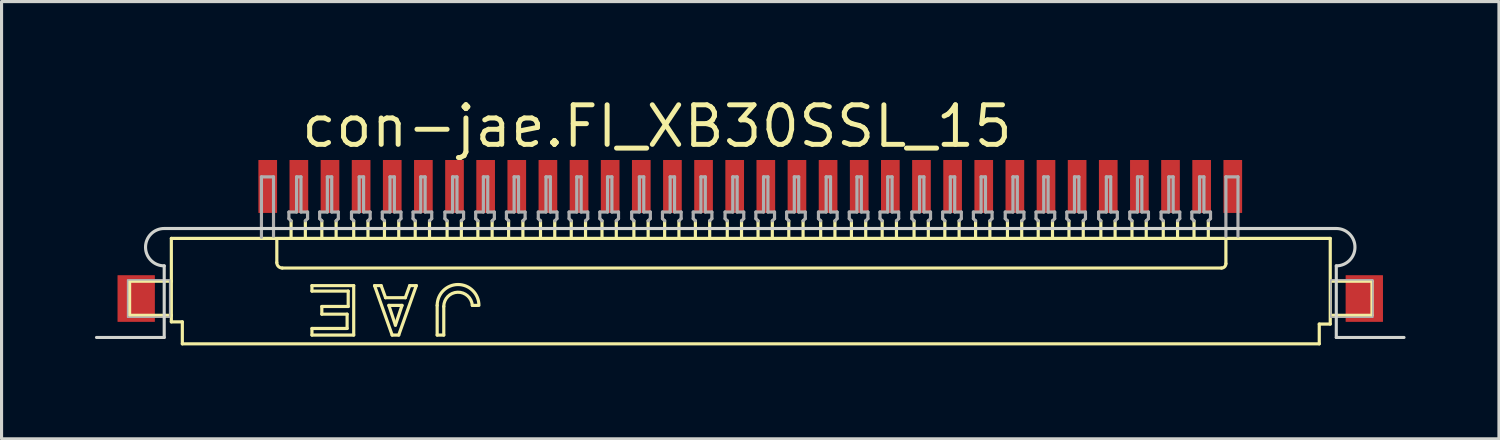
<source format=kicad_pcb>
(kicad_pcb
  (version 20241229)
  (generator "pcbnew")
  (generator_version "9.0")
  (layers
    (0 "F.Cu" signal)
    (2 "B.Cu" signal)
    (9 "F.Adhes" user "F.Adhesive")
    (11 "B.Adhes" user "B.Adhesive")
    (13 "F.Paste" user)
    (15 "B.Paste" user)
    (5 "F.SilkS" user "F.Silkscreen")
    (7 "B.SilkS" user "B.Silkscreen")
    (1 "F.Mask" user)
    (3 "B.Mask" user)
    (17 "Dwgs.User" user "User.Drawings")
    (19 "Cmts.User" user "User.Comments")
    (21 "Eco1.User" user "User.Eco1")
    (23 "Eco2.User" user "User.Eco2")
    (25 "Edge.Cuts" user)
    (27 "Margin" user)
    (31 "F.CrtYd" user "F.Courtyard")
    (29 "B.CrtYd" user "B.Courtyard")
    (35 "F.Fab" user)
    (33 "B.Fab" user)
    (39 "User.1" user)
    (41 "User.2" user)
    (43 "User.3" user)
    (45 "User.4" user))
  (footprint "con-jae.FI_XB30SSL_15"
    (layer "F.Cu")
    (at 21.05 4.29)
    (property "Reference" "con-jae.FI_XB30SSL_15" (at -14.5 -2.54 0) (layer "F.SilkS") (effects (font (size 1.27 1.27) (thickness 0.16)) (justify left bottom)))
    (attr smd)
    (fp_line (start -19.937 1.694) (end -18.596 1.694) (stroke (width 0.102) (type default)) (layer "F.SilkS"))
    (fp_line (start -19.937 2.788) (end -19.937 1.694) (stroke (width 0.102) (type default)) (layer "F.SilkS"))
    (fp_line (start -19.937 2.788) (end -18.596 2.788) (stroke (width 0.102) (type default)) (layer "F.SilkS"))
    (fp_line (start -18.596 0.318) (end -18.596 1.694) (stroke (width 0.102) (type default)) (layer "F.SilkS"))
    (fp_line (start -18.596 1.694) (end -18.596 2.788) (stroke (width 0.102) (type default)) (layer "F.SilkS"))
    (fp_line (start -18.596 2.788) (end -18.596 2.999) (stroke (width 0.102) (type default)) (layer "F.SilkS"))
    (fp_line (start -18.596 2.999) (end -18.243 2.999) (stroke (width 0.102) (type default)) (layer "F.SilkS"))
    (fp_line (start -18.243 2.999) (end -18.243 3.705) (stroke (width 0.102) (type default)) (layer "F.SilkS"))
    (fp_line (start -18.243 3.705) (end 18.278 3.705) (stroke (width 0.102) (type default)) (layer "F.SilkS"))
    (fp_line (start -15.208 0.353) (end -15.208 1.094) (stroke (width 0.102) (type default)) (layer "F.SilkS"))
    (fp_line (start -15.032 1.27) (end 15.138 1.27) (stroke (width 0.102) (type default)) (layer "F.SilkS"))
    (fp_line (start -14.75 0.282) (end -14.75 -0.247) (stroke (width 0.102) (type default)) (layer "F.SilkS"))
    (fp_line (start -14.291 -0.247) (end -14.291 0.282) (stroke (width 0.102) (type default)) (layer "F.SilkS"))
    (fp_line (start -14.079 1.835) (end -12.738 1.835) (stroke (width 0.102) (type default)) (layer "F.SilkS"))
    (fp_line (start -14.079 2.011) (end -14.079 1.835) (stroke (width 0.102) (type default)) (layer "F.SilkS"))
    (fp_line (start -14.079 3.211) (end -12.95 3.211) (stroke (width 0.102) (type default)) (layer "F.SilkS"))
    (fp_line (start -14.079 3.423) (end -14.079 3.211) (stroke (width 0.102) (type default)) (layer "F.SilkS"))
    (fp_line (start -13.762 2.505) (end -12.915 2.505) (stroke (width 0.102) (type default)) (layer "F.SilkS"))
    (fp_line (start -13.762 2.752) (end -13.762 2.505) (stroke (width 0.102) (type default)) (layer "F.SilkS"))
    (fp_line (start -13.762 0.282) (end -13.762 -0.247) (stroke (width 0.102) (type default)) (layer "F.SilkS"))
    (fp_line (start -13.303 -0.247) (end -13.303 0.282) (stroke (width 0.102) (type default)) (layer "F.SilkS"))
    (fp_line (start -12.95 2.752) (end -13.762 2.752) (stroke (width 0.102) (type default)) (layer "F.SilkS"))
    (fp_line (start -12.95 3.211) (end -12.95 2.752) (stroke (width 0.102) (type default)) (layer "F.SilkS"))
    (fp_line (start -12.915 2.011) (end -14.079 2.011) (stroke (width 0.102) (type default)) (layer "F.SilkS"))
    (fp_line (start -12.915 2.505) (end -12.915 2.011) (stroke (width 0.102) (type default)) (layer "F.SilkS"))
    (fp_line (start -12.738 1.835) (end -12.738 3.423) (stroke (width 0.102) (type default)) (layer "F.SilkS"))
    (fp_line (start -12.738 3.423) (end -14.079 3.423) (stroke (width 0.102) (type default)) (layer "F.SilkS"))
    (fp_line (start -12.738 0.282) (end -12.738 -0.247) (stroke (width 0.102) (type default)) (layer "F.SilkS"))
    (fp_line (start -12.28 -0.247) (end -12.28 0.282) (stroke (width 0.102) (type default)) (layer "F.SilkS"))
    (fp_line (start -12.068 1.835) (end -11.503 3.423) (stroke (width 0.102) (type default)) (layer "F.SilkS"))
    (fp_line (start -11.856 1.835) (end -12.068 1.835) (stroke (width 0.102) (type default)) (layer "F.SilkS"))
    (fp_line (start -11.75 0.282) (end -11.75 -0.247) (stroke (width 0.102) (type default)) (layer "F.SilkS"))
    (fp_line (start -11.715 2.223) (end -11.856 1.835) (stroke (width 0.102) (type default)) (layer "F.SilkS"))
    (fp_line (start -11.609 2.47) (end -11.398 3.105) (stroke (width 0.102) (type default)) (layer "F.SilkS"))
    (fp_line (start -11.503 3.423) (end -11.292 3.423) (stroke (width 0.102) (type default)) (layer "F.SilkS"))
    (fp_line (start -11.398 3.105) (end -11.186 2.47) (stroke (width 0.102) (type default)) (layer "F.SilkS"))
    (fp_line (start -11.292 3.423) (end -10.727 1.835) (stroke (width 0.102) (type default)) (layer "F.SilkS"))
    (fp_line (start -11.291 -0.247) (end -11.291 0.282) (stroke (width 0.102) (type default)) (layer "F.SilkS"))
    (fp_line (start -11.186 2.47) (end -11.609 2.47) (stroke (width 0.102) (type default)) (layer "F.SilkS"))
    (fp_line (start -11.08 2.223) (end -11.715 2.223) (stroke (width 0.102) (type default)) (layer "F.SilkS"))
    (fp_line (start -10.939 1.835) (end -11.08 2.223) (stroke (width 0.102) (type default)) (layer "F.SilkS"))
    (fp_line (start -10.762 0.282) (end -10.762 -0.247) (stroke (width 0.102) (type default)) (layer "F.SilkS"))
    (fp_line (start -10.727 1.835) (end -10.939 1.835) (stroke (width 0.102) (type default)) (layer "F.SilkS"))
    (fp_line (start -10.303 -0.247) (end -10.303 0.282) (stroke (width 0.102) (type default)) (layer "F.SilkS"))
    (fp_line (start -10.057 3.423) (end -10.057 2.47) (stroke (width 0.102) (type default)) (layer "F.SilkS"))
    (fp_line (start -10.057 3.423) (end -9.845 3.423) (stroke (width 0.102) (type default)) (layer "F.SilkS"))
    (fp_line (start -9.845 3.423) (end -9.845 2.505) (stroke (width 0.102) (type default)) (layer "F.SilkS"))
    (fp_line (start -9.738 0.282) (end -9.738 -0.247) (stroke (width 0.102) (type default)) (layer "F.SilkS"))
    (fp_line (start -9.28 -0.247) (end -9.28 0.282) (stroke (width 0.102) (type default)) (layer "F.SilkS"))
    (fp_line (start -8.928 2.47) (end -8.751 2.47) (stroke (width 0.102) (type default)) (layer "F.SilkS"))
    (fp_line (start -8.75 0.282) (end -8.75 -0.247) (stroke (width 0.102) (type default)) (layer "F.SilkS"))
    (fp_line (start -8.291 -0.247) (end -8.291 0.282) (stroke (width 0.102) (type default)) (layer "F.SilkS"))
    (fp_line (start -7.762 0.282) (end -7.762 -0.247) (stroke (width 0.102) (type default)) (layer "F.SilkS"))
    (fp_line (start -7.303 -0.247) (end -7.303 0.282) (stroke (width 0.102) (type default)) (layer "F.SilkS"))
    (fp_line (start -6.738 0.282) (end -6.738 -0.247) (stroke (width 0.102) (type default)) (layer "F.SilkS"))
    (fp_line (start -6.28 -0.247) (end -6.28 0.282) (stroke (width 0.102) (type default)) (layer "F.SilkS"))
    (fp_line (start -5.75 0.282) (end -5.75 -0.247) (stroke (width 0.102) (type default)) (layer "F.SilkS"))
    (fp_line (start -5.291 -0.247) (end -5.291 0.282) (stroke (width 0.102) (type default)) (layer "F.SilkS"))
    (fp_line (start -4.762 0.282) (end -4.762 -0.247) (stroke (width 0.102) (type default)) (layer "F.SilkS"))
    (fp_line (start -4.303 -0.247) (end -4.303 0.282) (stroke (width 0.102) (type default)) (layer "F.SilkS"))
    (fp_line (start -3.738 0.282) (end -3.738 -0.247) (stroke (width 0.102) (type default)) (layer "F.SilkS"))
    (fp_line (start -3.28 -0.247) (end -3.28 0.282) (stroke (width 0.102) (type default)) (layer "F.SilkS"))
    (fp_line (start -2.75 0.282) (end -2.75 -0.247) (stroke (width 0.102) (type default)) (layer "F.SilkS"))
    (fp_line (start -2.291 -0.247) (end -2.291 0.282) (stroke (width 0.102) (type default)) (layer "F.SilkS"))
    (fp_line (start -1.762 0.282) (end -1.762 -0.247) (stroke (width 0.102) (type default)) (layer "F.SilkS"))
    (fp_line (start -1.303 -0.247) (end -1.303 0.282) (stroke (width 0.102) (type default)) (layer "F.SilkS"))
    (fp_line (start -0.738 0.282) (end -0.738 -0.247) (stroke (width 0.102) (type default)) (layer "F.SilkS"))
    (fp_line (start -0.28 -0.247) (end -0.28 0.282) (stroke (width 0.102) (type default)) (layer "F.SilkS"))
    (fp_line (start 0.25 0.282) (end 0.25 -0.247) (stroke (width 0.102) (type default)) (layer "F.SilkS"))
    (fp_line (start 0.709 -0.247) (end 0.709 0.282) (stroke (width 0.102) (type default)) (layer "F.SilkS"))
    (fp_line (start 1.238 0.282) (end 1.238 -0.247) (stroke (width 0.102) (type default)) (layer "F.SilkS"))
    (fp_line (start 1.697 -0.247) (end 1.697 0.282) (stroke (width 0.102) (type default)) (layer "F.SilkS"))
    (fp_line (start 2.262 0.282) (end 2.262 -0.247) (stroke (width 0.102) (type default)) (layer "F.SilkS"))
    (fp_line (start 2.72 -0.247) (end 2.72 0.282) (stroke (width 0.102) (type default)) (layer "F.SilkS"))
    (fp_line (start 3.25 0.282) (end 3.25 -0.247) (stroke (width 0.102) (type default)) (layer "F.SilkS"))
    (fp_line (start 3.709 -0.247) (end 3.709 0.282) (stroke (width 0.102) (type default)) (layer "F.SilkS"))
    (fp_line (start 4.238 0.282) (end 4.238 -0.247) (stroke (width 0.102) (type default)) (layer "F.SilkS"))
    (fp_line (start 4.697 -0.247) (end 4.697 0.282) (stroke (width 0.102) (type default)) (layer "F.SilkS"))
    (fp_line (start 5.262 0.282) (end 5.262 -0.247) (stroke (width 0.102) (type default)) (layer "F.SilkS"))
    (fp_line (start 5.72 -0.247) (end 5.72 0.282) (stroke (width 0.102) (type default)) (layer "F.SilkS"))
    (fp_line (start 6.25 0.282) (end 6.25 -0.247) (stroke (width 0.102) (type default)) (layer "F.SilkS"))
    (fp_line (start 6.709 -0.247) (end 6.709 0.282) (stroke (width 0.102) (type default)) (layer "F.SilkS"))
    (fp_line (start 7.238 0.282) (end 7.238 -0.247) (stroke (width 0.102) (type default)) (layer "F.SilkS"))
    (fp_line (start 7.697 -0.247) (end 7.697 0.282) (stroke (width 0.102) (type default)) (layer "F.SilkS"))
    (fp_line (start 8.262 0.282) (end 8.262 -0.247) (stroke (width 0.102) (type default)) (layer "F.SilkS"))
    (fp_line (start 8.72 -0.247) (end 8.72 0.282) (stroke (width 0.102) (type default)) (layer "F.SilkS"))
    (fp_line (start 9.25 0.282) (end 9.25 -0.247) (stroke (width 0.102) (type default)) (layer "F.SilkS"))
    (fp_line (start 9.709 -0.247) (end 9.709 0.282) (stroke (width 0.102) (type default)) (layer "F.SilkS"))
    (fp_line (start 10.238 0.282) (end 10.238 -0.247) (stroke (width 0.102) (type default)) (layer "F.SilkS"))
    (fp_line (start 10.697 -0.247) (end 10.697 0.282) (stroke (width 0.102) (type default)) (layer "F.SilkS"))
    (fp_line (start 11.262 0.282) (end 11.262 -0.247) (stroke (width 0.102) (type default)) (layer "F.SilkS"))
    (fp_line (start 11.72 -0.247) (end 11.72 0.282) (stroke (width 0.102) (type default)) (layer "F.SilkS"))
    (fp_line (start 12.262 0.282) (end 12.262 -0.247) (stroke (width 0.102) (type default)) (layer "F.SilkS"))
    (fp_line (start 12.72 -0.247) (end 12.72 0.282) (stroke (width 0.102) (type default)) (layer "F.SilkS"))
    (fp_line (start 13.267 0.282) (end 13.267 -0.247) (stroke (width 0.102) (type default)) (layer "F.SilkS"))
    (fp_line (start 13.726 -0.247) (end 13.726 0.282) (stroke (width 0.102) (type default)) (layer "F.SilkS"))
    (fp_line (start 14.255 0.282) (end 14.255 -0.247) (stroke (width 0.102) (type default)) (layer "F.SilkS"))
    (fp_line (start 14.714 -0.247) (end 14.714 0.282) (stroke (width 0.102) (type default)) (layer "F.SilkS"))
    (fp_line (start 15.279 1.129) (end 15.279 0.353) (stroke (width 0.102) (type default)) (layer "F.SilkS"))
    (fp_line (start 18.278 3.07) (end 18.631 3.07) (stroke (width 0.102) (type default)) (layer "F.SilkS"))
    (fp_line (start 18.278 3.705) (end 18.278 3.07) (stroke (width 0.102) (type default)) (layer "F.SilkS"))
    (fp_line (start 18.631 0.318) (end -18.596 0.318) (stroke (width 0.102) (type default)) (layer "F.SilkS"))
    (fp_line (start 18.631 3.07) (end 18.631 0.318) (stroke (width 0.102) (type default)) (layer "F.SilkS"))
    (fp_line (start 18.666 1.694) (end 19.972 1.694) (stroke (width 0.102) (type default)) (layer "F.SilkS"))
    (fp_line (start 19.972 1.694) (end 19.972 2.788) (stroke (width 0.102) (type default)) (layer "F.SilkS"))
    (fp_line (start 19.972 2.788) (end 18.666 2.788) (stroke (width 0.102) (type default)) (layer "F.SilkS"))
    (fp_arc (start -15.032 1.2702) (mid -15.156734 1.218534) (end -15.2084 1.0938) (stroke (width 0.1016) (type default)) (layer "F.SilkS"))
    (fp_arc (start -10.0566 2.4699) (mid -9.3862 1.7995) (end -8.7158 2.4699) (stroke (width 0.1016) (type default)) (layer "F.SilkS"))
    (fp_arc (start -9.8449 2.5052) (mid -9.403169 2.046545) (end -8.9275 2.4699) (stroke (width 0.1016) (type default)) (layer "F.SilkS"))
    (fp_arc (start 15.2787 1.1291) (mid 15.237373 1.228873) (end 15.1376 1.2702) (stroke (width 0.1016) (type default)) (layer "F.SilkS"))
    (fp_line (start -21 3.5) (end -18.825 3.5) (stroke (width 0.1) (type default)) (layer "Edge.Cuts"))
    (fp_line (start -18.825 0) (end 18.825 0) (stroke (width 0.1) (type default)) (layer "Edge.Cuts"))
    (fp_line (start -18.825 3.5) (end -18.825 1.2) (stroke (width 0.1) (type default)) (layer "Edge.Cuts"))
    (fp_line (start 18.825 1.2) (end 18.825 3.5) (stroke (width 0.1) (type default)) (layer "Edge.Cuts"))
    (fp_line (start 18.825 3.5) (end 21 3.5) (stroke (width 0.1) (type default)) (layer "Edge.Cuts"))
    (fp_arc (start -18.825 1.2) (mid -19.425 0.6) (end -18.825 0) (stroke (width 0.1) (type default)) (layer "Edge.Cuts"))
    (fp_arc (start 18.825 0) (mid 19.425 0.6) (end 18.825 1.2) (stroke (width 0.1) (type default)) (layer "Edge.Cuts"))
    (fp_line (start -15.702 -1.659) (end -15.314 -1.659) (stroke (width 0.102) (type default)) (layer "F.Fab"))
    (fp_line (start -15.702 0.282) (end -15.702 -1.659) (stroke (width 0.102) (type default)) (layer "F.Fab"))
    (fp_line (start -15.314 -1.659) (end -15.314 0.247) (stroke (width 0.102) (type default)) (layer "F.Fab"))
    (fp_line (start -14.82 -0.529) (end -14.573 -0.529) (stroke (width 0.102) (type default)) (layer "F.Fab"))
    (fp_line (start -14.82 -0.318) (end -14.82 -0.529) (stroke (width 0.102) (type default)) (layer "F.Fab"))
    (fp_line (start -14.75 -0.247) (end -14.82 -0.318) (stroke (width 0.102) (type default)) (layer "F.Fab"))
    (fp_line (start -14.573 -1.659) (end -14.432 -1.659) (stroke (width 0.102) (type default)) (layer "F.Fab"))
    (fp_line (start -14.573 -0.529) (end -14.573 -1.659) (stroke (width 0.102) (type default)) (layer "F.Fab"))
    (fp_line (start -14.432 -1.659) (end -14.432 -0.529) (stroke (width 0.102) (type default)) (layer "F.Fab"))
    (fp_line (start -14.432 -0.529) (end -14.22 -0.529) (stroke (width 0.102) (type default)) (layer "F.Fab"))
    (fp_line (start -14.22 -0.529) (end -14.22 -0.318) (stroke (width 0.102) (type default)) (layer "F.Fab"))
    (fp_line (start -14.22 -0.318) (end -14.291 -0.247) (stroke (width 0.102) (type default)) (layer "F.Fab"))
    (fp_line (start -13.832 -0.529) (end -13.585 -0.529) (stroke (width 0.102) (type default)) (layer "F.Fab"))
    (fp_line (start -13.832 -0.318) (end -13.832 -0.529) (stroke (width 0.102) (type default)) (layer "F.Fab"))
    (fp_line (start -13.762 -0.247) (end -13.832 -0.318) (stroke (width 0.102) (type default)) (layer "F.Fab"))
    (fp_line (start -13.585 -1.659) (end -13.444 -1.659) (stroke (width 0.102) (type default)) (layer "F.Fab"))
    (fp_line (start -13.585 -0.529) (end -13.585 -1.659) (stroke (width 0.102) (type default)) (layer "F.Fab"))
    (fp_line (start -13.444 -1.659) (end -13.444 -0.529) (stroke (width 0.102) (type default)) (layer "F.Fab"))
    (fp_line (start -13.444 -0.529) (end -13.232 -0.529) (stroke (width 0.102) (type default)) (layer "F.Fab"))
    (fp_line (start -13.232 -0.529) (end -13.232 -0.318) (stroke (width 0.102) (type default)) (layer "F.Fab"))
    (fp_line (start -13.232 -0.318) (end -13.303 -0.247) (stroke (width 0.102) (type default)) (layer "F.Fab"))
    (fp_line (start -12.809 -0.529) (end -12.562 -0.529) (stroke (width 0.102) (type default)) (layer "F.Fab"))
    (fp_line (start -12.809 -0.318) (end -12.809 -0.529) (stroke (width 0.102) (type default)) (layer "F.Fab"))
    (fp_line (start -12.738 -0.247) (end -12.809 -0.318) (stroke (width 0.102) (type default)) (layer "F.Fab"))
    (fp_line (start -12.562 -1.659) (end -12.421 -1.659) (stroke (width 0.102) (type default)) (layer "F.Fab"))
    (fp_line (start -12.562 -0.529) (end -12.562 -1.659) (stroke (width 0.102) (type default)) (layer "F.Fab"))
    (fp_line (start -12.421 -1.659) (end -12.421 -0.529) (stroke (width 0.102) (type default)) (layer "F.Fab"))
    (fp_line (start -12.421 -0.529) (end -12.209 -0.529) (stroke (width 0.102) (type default)) (layer "F.Fab"))
    (fp_line (start -12.209 -0.529) (end -12.209 -0.318) (stroke (width 0.102) (type default)) (layer "F.Fab"))
    (fp_line (start -12.209 -0.318) (end -12.28 -0.247) (stroke (width 0.102) (type default)) (layer "F.Fab"))
    (fp_line (start -11.82 -0.529) (end -11.573 -0.529) (stroke (width 0.102) (type default)) (layer "F.Fab"))
    (fp_line (start -11.82 -0.318) (end -11.82 -0.529) (stroke (width 0.102) (type default)) (layer "F.Fab"))
    (fp_line (start -11.75 -0.247) (end -11.82 -0.318) (stroke (width 0.102) (type default)) (layer "F.Fab"))
    (fp_line (start -11.573 -1.659) (end -11.432 -1.659) (stroke (width 0.102) (type default)) (layer "F.Fab"))
    (fp_line (start -11.573 -0.529) (end -11.573 -1.659) (stroke (width 0.102) (type default)) (layer "F.Fab"))
    (fp_line (start -11.432 -1.659) (end -11.432 -0.529) (stroke (width 0.102) (type default)) (layer "F.Fab"))
    (fp_line (start -11.432 -0.529) (end -11.22 -0.529) (stroke (width 0.102) (type default)) (layer "F.Fab"))
    (fp_line (start -11.22 -0.529) (end -11.22 -0.318) (stroke (width 0.102) (type default)) (layer "F.Fab"))
    (fp_line (start -11.22 -0.318) (end -11.291 -0.247) (stroke (width 0.102) (type default)) (layer "F.Fab"))
    (fp_line (start -10.832 -0.529) (end -10.585 -0.529) (stroke (width 0.102) (type default)) (layer "F.Fab"))
    (fp_line (start -10.832 -0.318) (end -10.832 -0.529) (stroke (width 0.102) (type default)) (layer "F.Fab"))
    (fp_line (start -10.762 -0.247) (end -10.832 -0.318) (stroke (width 0.102) (type default)) (layer "F.Fab"))
    (fp_line (start -10.585 -1.659) (end -10.444 -1.659) (stroke (width 0.102) (type default)) (layer "F.Fab"))
    (fp_line (start -10.585 -0.529) (end -10.585 -1.659) (stroke (width 0.102) (type default)) (layer "F.Fab"))
    (fp_line (start -10.444 -1.659) (end -10.444 -0.529) (stroke (width 0.102) (type default)) (layer "F.Fab"))
    (fp_line (start -10.444 -0.529) (end -10.232 -0.529) (stroke (width 0.102) (type default)) (layer "F.Fab"))
    (fp_line (start -10.232 -0.529) (end -10.232 -0.318) (stroke (width 0.102) (type default)) (layer "F.Fab"))
    (fp_line (start -10.232 -0.318) (end -10.303 -0.247) (stroke (width 0.102) (type default)) (layer "F.Fab"))
    (fp_line (start -9.809 -0.529) (end -9.562 -0.529) (stroke (width 0.102) (type default)) (layer "F.Fab"))
    (fp_line (start -9.809 -0.318) (end -9.809 -0.529) (stroke (width 0.102) (type default)) (layer "F.Fab"))
    (fp_line (start -9.738 -0.247) (end -9.809 -0.318) (stroke (width 0.102) (type default)) (layer "F.Fab"))
    (fp_line (start -9.562 -1.659) (end -9.421 -1.659) (stroke (width 0.102) (type default)) (layer "F.Fab"))
    (fp_line (start -9.562 -0.529) (end -9.562 -1.659) (stroke (width 0.102) (type default)) (layer "F.Fab"))
    (fp_line (start -9.421 -1.659) (end -9.421 -0.529) (stroke (width 0.102) (type default)) (layer "F.Fab"))
    (fp_line (start -9.421 -0.529) (end -9.209 -0.529) (stroke (width 0.102) (type default)) (layer "F.Fab"))
    (fp_line (start -9.209 -0.529) (end -9.209 -0.318) (stroke (width 0.102) (type default)) (layer "F.Fab"))
    (fp_line (start -9.209 -0.318) (end -9.28 -0.247) (stroke (width 0.102) (type default)) (layer "F.Fab"))
    (fp_line (start -8.82 -0.529) (end -8.573 -0.529) (stroke (width 0.102) (type default)) (layer "F.Fab"))
    (fp_line (start -8.82 -0.318) (end -8.82 -0.529) (stroke (width 0.102) (type default)) (layer "F.Fab"))
    (fp_line (start -8.75 -0.247) (end -8.82 -0.318) (stroke (width 0.102) (type default)) (layer "F.Fab"))
    (fp_line (start -8.573 -1.659) (end -8.432 -1.659) (stroke (width 0.102) (type default)) (layer "F.Fab"))
    (fp_line (start -8.573 -0.529) (end -8.573 -1.659) (stroke (width 0.102) (type default)) (layer "F.Fab"))
    (fp_line (start -8.432 -1.659) (end -8.432 -0.529) (stroke (width 0.102) (type default)) (layer "F.Fab"))
    (fp_line (start -8.432 -0.529) (end -8.22 -0.529) (stroke (width 0.102) (type default)) (layer "F.Fab"))
    (fp_line (start -8.22 -0.529) (end -8.22 -0.318) (stroke (width 0.102) (type default)) (layer "F.Fab"))
    (fp_line (start -8.22 -0.318) (end -8.291 -0.247) (stroke (width 0.102) (type default)) (layer "F.Fab"))
    (fp_line (start -7.832 -0.529) (end -7.585 -0.529) (stroke (width 0.102) (type default)) (layer "F.Fab"))
    (fp_line (start -7.832 -0.318) (end -7.832 -0.529) (stroke (width 0.102) (type default)) (layer "F.Fab"))
    (fp_line (start -7.762 -0.247) (end -7.832 -0.318) (stroke (width 0.102) (type default)) (layer "F.Fab"))
    (fp_line (start -7.585 -1.659) (end -7.444 -1.659) (stroke (width 0.102) (type default)) (layer "F.Fab"))
    (fp_line (start -7.585 -0.529) (end -7.585 -1.659) (stroke (width 0.102) (type default)) (layer "F.Fab"))
    (fp_line (start -7.444 -1.659) (end -7.444 -0.529) (stroke (width 0.102) (type default)) (layer "F.Fab"))
    (fp_line (start -7.444 -0.529) (end -7.232 -0.529) (stroke (width 0.102) (type default)) (layer "F.Fab"))
    (fp_line (start -7.232 -0.529) (end -7.232 -0.318) (stroke (width 0.102) (type default)) (layer "F.Fab"))
    (fp_line (start -7.232 -0.318) (end -7.303 -0.247) (stroke (width 0.102) (type default)) (layer "F.Fab"))
    (fp_line (start -6.809 -0.529) (end -6.562 -0.529) (stroke (width 0.102) (type default)) (layer "F.Fab"))
    (fp_line (start -6.809 -0.318) (end -6.809 -0.529) (stroke (width 0.102) (type default)) (layer "F.Fab"))
    (fp_line (start -6.738 -0.247) (end -6.809 -0.318) (stroke (width 0.102) (type default)) (layer "F.Fab"))
    (fp_line (start -6.562 -1.659) (end -6.421 -1.659) (stroke (width 0.102) (type default)) (layer "F.Fab"))
    (fp_line (start -6.562 -0.529) (end -6.562 -1.659) (stroke (width 0.102) (type default)) (layer "F.Fab"))
    (fp_line (start -6.421 -1.659) (end -6.421 -0.529) (stroke (width 0.102) (type default)) (layer "F.Fab"))
    (fp_line (start -6.421 -0.529) (end -6.209 -0.529) (stroke (width 0.102) (type default)) (layer "F.Fab"))
    (fp_line (start -6.209 -0.529) (end -6.209 -0.318) (stroke (width 0.102) (type default)) (layer "F.Fab"))
    (fp_line (start -6.209 -0.318) (end -6.28 -0.247) (stroke (width 0.102) (type default)) (layer "F.Fab"))
    (fp_line (start -5.82 -0.529) (end -5.573 -0.529) (stroke (width 0.102) (type default)) (layer "F.Fab"))
    (fp_line (start -5.82 -0.318) (end -5.82 -0.529) (stroke (width 0.102) (type default)) (layer "F.Fab"))
    (fp_line (start -5.75 -0.247) (end -5.82 -0.318) (stroke (width 0.102) (type default)) (layer "F.Fab"))
    (fp_line (start -5.573 -1.659) (end -5.432 -1.659) (stroke (width 0.102) (type default)) (layer "F.Fab"))
    (fp_line (start -5.573 -0.529) (end -5.573 -1.659) (stroke (width 0.102) (type default)) (layer "F.Fab"))
    (fp_line (start -5.432 -1.659) (end -5.432 -0.529) (stroke (width 0.102) (type default)) (layer "F.Fab"))
    (fp_line (start -5.432 -0.529) (end -5.22 -0.529) (stroke (width 0.102) (type default)) (layer "F.Fab"))
    (fp_line (start -5.22 -0.529) (end -5.22 -0.318) (stroke (width 0.102) (type default)) (layer "F.Fab"))
    (fp_line (start -5.22 -0.318) (end -5.291 -0.247) (stroke (width 0.102) (type default)) (layer "F.Fab"))
    (fp_line (start -4.832 -0.529) (end -4.585 -0.529) (stroke (width 0.102) (type default)) (layer "F.Fab"))
    (fp_line (start -4.832 -0.318) (end -4.832 -0.529) (stroke (width 0.102) (type default)) (layer "F.Fab"))
    (fp_line (start -4.762 -0.247) (end -4.832 -0.318) (stroke (width 0.102) (type default)) (layer "F.Fab"))
    (fp_line (start -4.585 -1.659) (end -4.444 -1.659) (stroke (width 0.102) (type default)) (layer "F.Fab"))
    (fp_line (start -4.585 -0.529) (end -4.585 -1.659) (stroke (width 0.102) (type default)) (layer "F.Fab"))
    (fp_line (start -4.444 -1.659) (end -4.444 -0.529) (stroke (width 0.102) (type default)) (layer "F.Fab"))
    (fp_line (start -4.444 -0.529) (end -4.232 -0.529) (stroke (width 0.102) (type default)) (layer "F.Fab"))
    (fp_line (start -4.232 -0.529) (end -4.232 -0.318) (stroke (width 0.102) (type default)) (layer "F.Fab"))
    (fp_line (start -4.232 -0.318) (end -4.303 -0.247) (stroke (width 0.102) (type default)) (layer "F.Fab"))
    (fp_line (start -3.809 -0.529) (end -3.562 -0.529) (stroke (width 0.102) (type default)) (layer "F.Fab"))
    (fp_line (start -3.809 -0.318) (end -3.809 -0.529) (stroke (width 0.102) (type default)) (layer "F.Fab"))
    (fp_line (start -3.738 -0.247) (end -3.809 -0.318) (stroke (width 0.102) (type default)) (layer "F.Fab"))
    (fp_line (start -3.562 -1.659) (end -3.421 -1.659) (stroke (width 0.102) (type default)) (layer "F.Fab"))
    (fp_line (start -3.562 -0.529) (end -3.562 -1.659) (stroke (width 0.102) (type default)) (layer "F.Fab"))
    (fp_line (start -3.421 -1.659) (end -3.421 -0.529) (stroke (width 0.102) (type default)) (layer "F.Fab"))
    (fp_line (start -3.421 -0.529) (end -3.209 -0.529) (stroke (width 0.102) (type default)) (layer "F.Fab"))
    (fp_line (start -3.209 -0.529) (end -3.209 -0.318) (stroke (width 0.102) (type default)) (layer "F.Fab"))
    (fp_line (start -3.209 -0.318) (end -3.28 -0.247) (stroke (width 0.102) (type default)) (layer "F.Fab"))
    (fp_line (start -2.82 -0.529) (end -2.573 -0.529) (stroke (width 0.102) (type default)) (layer "F.Fab"))
    (fp_line (start -2.82 -0.318) (end -2.82 -0.529) (stroke (width 0.102) (type default)) (layer "F.Fab"))
    (fp_line (start -2.75 -0.247) (end -2.82 -0.318) (stroke (width 0.102) (type default)) (layer "F.Fab"))
    (fp_line (start -2.573 -1.659) (end -2.432 -1.659) (stroke (width 0.102) (type default)) (layer "F.Fab"))
    (fp_line (start -2.573 -0.529) (end -2.573 -1.659) (stroke (width 0.102) (type default)) (layer "F.Fab"))
    (fp_line (start -2.432 -1.659) (end -2.432 -0.529) (stroke (width 0.102) (type default)) (layer "F.Fab"))
    (fp_line (start -2.432 -0.529) (end -2.22 -0.529) (stroke (width 0.102) (type default)) (layer "F.Fab"))
    (fp_line (start -2.22 -0.529) (end -2.22 -0.318) (stroke (width 0.102) (type default)) (layer "F.Fab"))
    (fp_line (start -2.22 -0.318) (end -2.291 -0.247) (stroke (width 0.102) (type default)) (layer "F.Fab"))
    (fp_line (start -1.832 -0.529) (end -1.585 -0.529) (stroke (width 0.102) (type default)) (layer "F.Fab"))
    (fp_line (start -1.832 -0.318) (end -1.832 -0.529) (stroke (width 0.102) (type default)) (layer "F.Fab"))
    (fp_line (start -1.762 -0.247) (end -1.832 -0.318) (stroke (width 0.102) (type default)) (layer "F.Fab"))
    (fp_line (start -1.585 -1.659) (end -1.444 -1.659) (stroke (width 0.102) (type default)) (layer "F.Fab"))
    (fp_line (start -1.585 -0.529) (end -1.585 -1.659) (stroke (width 0.102) (type default)) (layer "F.Fab"))
    (fp_line (start -1.444 -1.659) (end -1.444 -0.529) (stroke (width 0.102) (type default)) (layer "F.Fab"))
    (fp_line (start -1.444 -0.529) (end -1.232 -0.529) (stroke (width 0.102) (type default)) (layer "F.Fab"))
    (fp_line (start -1.232 -0.529) (end -1.232 -0.318) (stroke (width 0.102) (type default)) (layer "F.Fab"))
    (fp_line (start -1.232 -0.318) (end -1.303 -0.247) (stroke (width 0.102) (type default)) (layer "F.Fab"))
    (fp_line (start -0.809 -0.529) (end -0.562 -0.529) (stroke (width 0.102) (type default)) (layer "F.Fab"))
    (fp_line (start -0.809 -0.318) (end -0.809 -0.529) (stroke (width 0.102) (type default)) (layer "F.Fab"))
    (fp_line (start -0.738 -0.247) (end -0.809 -0.318) (stroke (width 0.102) (type default)) (layer "F.Fab"))
    (fp_line (start -0.562 -1.659) (end -0.421 -1.659) (stroke (width 0.102) (type default)) (layer "F.Fab"))
    (fp_line (start -0.562 -0.529) (end -0.562 -1.659) (stroke (width 0.102) (type default)) (layer "F.Fab"))
    (fp_line (start -0.421 -1.659) (end -0.421 -0.529) (stroke (width 0.102) (type default)) (layer "F.Fab"))
    (fp_line (start -0.421 -0.529) (end -0.209 -0.529) (stroke (width 0.102) (type default)) (layer "F.Fab"))
    (fp_line (start -0.209 -0.529) (end -0.209 -0.318) (stroke (width 0.102) (type default)) (layer "F.Fab"))
    (fp_line (start -0.209 -0.318) (end -0.28 -0.247) (stroke (width 0.102) (type default)) (layer "F.Fab"))
    (fp_line (start 0.18 -0.529) (end 0.427 -0.529) (stroke (width 0.102) (type default)) (layer "F.Fab"))
    (fp_line (start 0.18 -0.318) (end 0.18 -0.529) (stroke (width 0.102) (type default)) (layer "F.Fab"))
    (fp_line (start 0.25 -0.247) (end 0.18 -0.318) (stroke (width 0.102) (type default)) (layer "F.Fab"))
    (fp_line (start 0.427 -1.659) (end 0.568 -1.659) (stroke (width 0.102) (type default)) (layer "F.Fab"))
    (fp_line (start 0.427 -0.529) (end 0.427 -1.659) (stroke (width 0.102) (type default)) (layer "F.Fab"))
    (fp_line (start 0.568 -1.659) (end 0.568 -0.529) (stroke (width 0.102) (type default)) (layer "F.Fab"))
    (fp_line (start 0.568 -0.529) (end 0.78 -0.529) (stroke (width 0.102) (type default)) (layer "F.Fab"))
    (fp_line (start 0.78 -0.529) (end 0.78 -0.318) (stroke (width 0.102) (type default)) (layer "F.Fab"))
    (fp_line (start 0.78 -0.318) (end 0.709 -0.247) (stroke (width 0.102) (type default)) (layer "F.Fab"))
    (fp_line (start 1.168 -0.529) (end 1.415 -0.529) (stroke (width 0.102) (type default)) (layer "F.Fab"))
    (fp_line (start 1.168 -0.318) (end 1.168 -0.529) (stroke (width 0.102) (type default)) (layer "F.Fab"))
    (fp_line (start 1.238 -0.247) (end 1.168 -0.318) (stroke (width 0.102) (type default)) (layer "F.Fab"))
    (fp_line (start 1.415 -1.659) (end 1.556 -1.659) (stroke (width 0.102) (type default)) (layer "F.Fab"))
    (fp_line (start 1.415 -0.529) (end 1.415 -1.659) (stroke (width 0.102) (type default)) (layer "F.Fab"))
    (fp_line (start 1.556 -1.659) (end 1.556 -0.529) (stroke (width 0.102) (type default)) (layer "F.Fab"))
    (fp_line (start 1.556 -0.529) (end 1.768 -0.529) (stroke (width 0.102) (type default)) (layer "F.Fab"))
    (fp_line (start 1.768 -0.529) (end 1.768 -0.318) (stroke (width 0.102) (type default)) (layer "F.Fab"))
    (fp_line (start 1.768 -0.318) (end 1.697 -0.247) (stroke (width 0.102) (type default)) (layer "F.Fab"))
    (fp_line (start 2.191 -0.529) (end 2.438 -0.529) (stroke (width 0.102) (type default)) (layer "F.Fab"))
    (fp_line (start 2.191 -0.318) (end 2.191 -0.529) (stroke (width 0.102) (type default)) (layer "F.Fab"))
    (fp_line (start 2.262 -0.247) (end 2.191 -0.318) (stroke (width 0.102) (type default)) (layer "F.Fab"))
    (fp_line (start 2.438 -1.659) (end 2.579 -1.659) (stroke (width 0.102) (type default)) (layer "F.Fab"))
    (fp_line (start 2.438 -0.529) (end 2.438 -1.659) (stroke (width 0.102) (type default)) (layer "F.Fab"))
    (fp_line (start 2.579 -1.659) (end 2.579 -0.529) (stroke (width 0.102) (type default)) (layer "F.Fab"))
    (fp_line (start 2.579 -0.529) (end 2.791 -0.529) (stroke (width 0.102) (type default)) (layer "F.Fab"))
    (fp_line (start 2.791 -0.529) (end 2.791 -0.318) (stroke (width 0.102) (type default)) (layer "F.Fab"))
    (fp_line (start 2.791 -0.318) (end 2.72 -0.247) (stroke (width 0.102) (type default)) (layer "F.Fab"))
    (fp_line (start 3.18 -0.529) (end 3.427 -0.529) (stroke (width 0.102) (type default)) (layer "F.Fab"))
    (fp_line (start 3.18 -0.318) (end 3.18 -0.529) (stroke (width 0.102) (type default)) (layer "F.Fab"))
    (fp_line (start 3.25 -0.247) (end 3.18 -0.318) (stroke (width 0.102) (type default)) (layer "F.Fab"))
    (fp_line (start 3.427 -1.659) (end 3.568 -1.659) (stroke (width 0.102) (type default)) (layer "F.Fab"))
    (fp_line (start 3.427 -0.529) (end 3.427 -1.659) (stroke (width 0.102) (type default)) (layer "F.Fab"))
    (fp_line (start 3.568 -1.659) (end 3.568 -0.529) (stroke (width 0.102) (type default)) (layer "F.Fab"))
    (fp_line (start 3.568 -0.529) (end 3.78 -0.529) (stroke (width 0.102) (type default)) (layer "F.Fab"))
    (fp_line (start 3.78 -0.529) (end 3.78 -0.318) (stroke (width 0.102) (type default)) (layer "F.Fab"))
    (fp_line (start 3.78 -0.318) (end 3.709 -0.247) (stroke (width 0.102) (type default)) (layer "F.Fab"))
    (fp_line (start 4.168 -0.529) (end 4.415 -0.529) (stroke (width 0.102) (type default)) (layer "F.Fab"))
    (fp_line (start 4.168 -0.318) (end 4.168 -0.529) (stroke (width 0.102) (type default)) (layer "F.Fab"))
    (fp_line (start 4.238 -0.247) (end 4.168 -0.318) (stroke (width 0.102) (type default)) (layer "F.Fab"))
    (fp_line (start 4.415 -1.659) (end 4.556 -1.659) (stroke (width 0.102) (type default)) (layer "F.Fab"))
    (fp_line (start 4.415 -0.529) (end 4.415 -1.659) (stroke (width 0.102) (type default)) (layer "F.Fab"))
    (fp_line (start 4.556 -1.659) (end 4.556 -0.529) (stroke (width 0.102) (type default)) (layer "F.Fab"))
    (fp_line (start 4.556 -0.529) (end 4.768 -0.529) (stroke (width 0.102) (type default)) (layer "F.Fab"))
    (fp_line (start 4.768 -0.529) (end 4.768 -0.318) (stroke (width 0.102) (type default)) (layer "F.Fab"))
    (fp_line (start 4.768 -0.318) (end 4.697 -0.247) (stroke (width 0.102) (type default)) (layer "F.Fab"))
    (fp_line (start 5.191 -0.529) (end 5.438 -0.529) (stroke (width 0.102) (type default)) (layer "F.Fab"))
    (fp_line (start 5.191 -0.318) (end 5.191 -0.529) (stroke (width 0.102) (type default)) (layer "F.Fab"))
    (fp_line (start 5.262 -0.247) (end 5.191 -0.318) (stroke (width 0.102) (type default)) (layer "F.Fab"))
    (fp_line (start 5.438 -1.659) (end 5.579 -1.659) (stroke (width 0.102) (type default)) (layer "F.Fab"))
    (fp_line (start 5.438 -0.529) (end 5.438 -1.659) (stroke (width 0.102) (type default)) (layer "F.Fab"))
    (fp_line (start 5.579 -1.659) (end 5.579 -0.529) (stroke (width 0.102) (type default)) (layer "F.Fab"))
    (fp_line (start 5.579 -0.529) (end 5.791 -0.529) (stroke (width 0.102) (type default)) (layer "F.Fab"))
    (fp_line (start 5.791 -0.529) (end 5.791 -0.318) (stroke (width 0.102) (type default)) (layer "F.Fab"))
    (fp_line (start 5.791 -0.318) (end 5.72 -0.247) (stroke (width 0.102) (type default)) (layer "F.Fab"))
    (fp_line (start 6.18 -0.529) (end 6.427 -0.529) (stroke (width 0.102) (type default)) (layer "F.Fab"))
    (fp_line (start 6.18 -0.318) (end 6.18 -0.529) (stroke (width 0.102) (type default)) (layer "F.Fab"))
    (fp_line (start 6.25 -0.247) (end 6.18 -0.318) (stroke (width 0.102) (type default)) (layer "F.Fab"))
    (fp_line (start 6.427 -1.659) (end 6.568 -1.659) (stroke (width 0.102) (type default)) (layer "F.Fab"))
    (fp_line (start 6.427 -0.529) (end 6.427 -1.659) (stroke (width 0.102) (type default)) (layer "F.Fab"))
    (fp_line (start 6.568 -1.659) (end 6.568 -0.529) (stroke (width 0.102) (type default)) (layer "F.Fab"))
    (fp_line (start 6.568 -0.529) (end 6.78 -0.529) (stroke (width 0.102) (type default)) (layer "F.Fab"))
    (fp_line (start 6.78 -0.529) (end 6.78 -0.318) (stroke (width 0.102) (type default)) (layer "F.Fab"))
    (fp_line (start 6.78 -0.318) (end 6.709 -0.247) (stroke (width 0.102) (type default)) (layer "F.Fab"))
    (fp_line (start 7.168 -0.529) (end 7.415 -0.529) (stroke (width 0.102) (type default)) (layer "F.Fab"))
    (fp_line (start 7.168 -0.318) (end 7.168 -0.529) (stroke (width 0.102) (type default)) (layer "F.Fab"))
    (fp_line (start 7.238 -0.247) (end 7.168 -0.318) (stroke (width 0.102) (type default)) (layer "F.Fab"))
    (fp_line (start 7.415 -1.659) (end 7.556 -1.659) (stroke (width 0.102) (type default)) (layer "F.Fab"))
    (fp_line (start 7.415 -0.529) (end 7.415 -1.659) (stroke (width 0.102) (type default)) (layer "F.Fab"))
    (fp_line (start 7.556 -1.659) (end 7.556 -0.529) (stroke (width 0.102) (type default)) (layer "F.Fab"))
    (fp_line (start 7.556 -0.529) (end 7.768 -0.529) (stroke (width 0.102) (type default)) (layer "F.Fab"))
    (fp_line (start 7.768 -0.529) (end 7.768 -0.318) (stroke (width 0.102) (type default)) (layer "F.Fab"))
    (fp_line (start 7.768 -0.318) (end 7.697 -0.247) (stroke (width 0.102) (type default)) (layer "F.Fab"))
    (fp_line (start 8.191 -0.529) (end 8.438 -0.529) (stroke (width 0.102) (type default)) (layer "F.Fab"))
    (fp_line (start 8.191 -0.318) (end 8.191 -0.529) (stroke (width 0.102) (type default)) (layer "F.Fab"))
    (fp_line (start 8.262 -0.247) (end 8.191 -0.318) (stroke (width 0.102) (type default)) (layer "F.Fab"))
    (fp_line (start 8.438 -1.659) (end 8.579 -1.659) (stroke (width 0.102) (type default)) (layer "F.Fab"))
    (fp_line (start 8.438 -0.529) (end 8.438 -1.659) (stroke (width 0.102) (type default)) (layer "F.Fab"))
    (fp_line (start 8.579 -1.659) (end 8.579 -0.529) (stroke (width 0.102) (type default)) (layer "F.Fab"))
    (fp_line (start 8.579 -0.529) (end 8.791 -0.529) (stroke (width 0.102) (type default)) (layer "F.Fab"))
    (fp_line (start 8.791 -0.529) (end 8.791 -0.318) (stroke (width 0.102) (type default)) (layer "F.Fab"))
    (fp_line (start 8.791 -0.318) (end 8.72 -0.247) (stroke (width 0.102) (type default)) (layer "F.Fab"))
    (fp_line (start 9.18 -0.529) (end 9.427 -0.529) (stroke (width 0.102) (type default)) (layer "F.Fab"))
    (fp_line (start 9.18 -0.318) (end 9.18 -0.529) (stroke (width 0.102) (type default)) (layer "F.Fab"))
    (fp_line (start 9.25 -0.247) (end 9.18 -0.318) (stroke (width 0.102) (type default)) (layer "F.Fab"))
    (fp_line (start 9.427 -1.659) (end 9.568 -1.659) (stroke (width 0.102) (type default)) (layer "F.Fab"))
    (fp_line (start 9.427 -0.529) (end 9.427 -1.659) (stroke (width 0.102) (type default)) (layer "F.Fab"))
    (fp_line (start 9.568 -1.659) (end 9.568 -0.529) (stroke (width 0.102) (type default)) (layer "F.Fab"))
    (fp_line (start 9.568 -0.529) (end 9.78 -0.529) (stroke (width 0.102) (type default)) (layer "F.Fab"))
    (fp_line (start 9.78 -0.529) (end 9.78 -0.318) (stroke (width 0.102) (type default)) (layer "F.Fab"))
    (fp_line (start 9.78 -0.318) (end 9.709 -0.247) (stroke (width 0.102) (type default)) (layer "F.Fab"))
    (fp_line (start 10.168 -0.529) (end 10.415 -0.529) (stroke (width 0.102) (type default)) (layer "F.Fab"))
    (fp_line (start 10.168 -0.318) (end 10.168 -0.529) (stroke (width 0.102) (type default)) (layer "F.Fab"))
    (fp_line (start 10.238 -0.247) (end 10.168 -0.318) (stroke (width 0.102) (type default)) (layer "F.Fab"))
    (fp_line (start 10.415 -1.659) (end 10.556 -1.659) (stroke (width 0.102) (type default)) (layer "F.Fab"))
    (fp_line (start 10.415 -0.529) (end 10.415 -1.659) (stroke (width 0.102) (type default)) (layer "F.Fab"))
    (fp_line (start 10.556 -1.659) (end 10.556 -0.529) (stroke (width 0.102) (type default)) (layer "F.Fab"))
    (fp_line (start 10.556 -0.529) (end 10.768 -0.529) (stroke (width 0.102) (type default)) (layer "F.Fab"))
    (fp_line (start 10.768 -0.529) (end 10.768 -0.318) (stroke (width 0.102) (type default)) (layer "F.Fab"))
    (fp_line (start 10.768 -0.318) (end 10.697 -0.247) (stroke (width 0.102) (type default)) (layer "F.Fab"))
    (fp_line (start 11.191 -0.529) (end 11.438 -0.529) (stroke (width 0.102) (type default)) (layer "F.Fab"))
    (fp_line (start 11.191 -0.318) (end 11.191 -0.529) (stroke (width 0.102) (type default)) (layer "F.Fab"))
    (fp_line (start 11.262 -0.247) (end 11.191 -0.318) (stroke (width 0.102) (type default)) (layer "F.Fab"))
    (fp_line (start 11.438 -1.659) (end 11.579 -1.659) (stroke (width 0.102) (type default)) (layer "F.Fab"))
    (fp_line (start 11.438 -0.529) (end 11.438 -1.659) (stroke (width 0.102) (type default)) (layer "F.Fab"))
    (fp_line (start 11.579 -1.659) (end 11.579 -0.529) (stroke (width 0.102) (type default)) (layer "F.Fab"))
    (fp_line (start 11.579 -0.529) (end 11.791 -0.529) (stroke (width 0.102) (type default)) (layer "F.Fab"))
    (fp_line (start 11.791 -0.529) (end 11.791 -0.318) (stroke (width 0.102) (type default)) (layer "F.Fab"))
    (fp_line (start 11.791 -0.318) (end 11.72 -0.247) (stroke (width 0.102) (type default)) (layer "F.Fab"))
    (fp_line (start 12.191 -0.529) (end 12.438 -0.529) (stroke (width 0.102) (type default)) (layer "F.Fab"))
    (fp_line (start 12.191 -0.318) (end 12.191 -0.529) (stroke (width 0.102) (type default)) (layer "F.Fab"))
    (fp_line (start 12.262 -0.247) (end 12.191 -0.318) (stroke (width 0.102) (type default)) (layer "F.Fab"))
    (fp_line (start 12.438 -1.659) (end 12.579 -1.659) (stroke (width 0.102) (type default)) (layer "F.Fab"))
    (fp_line (start 12.438 -0.529) (end 12.438 -1.659) (stroke (width 0.102) (type default)) (layer "F.Fab"))
    (fp_line (start 12.579 -1.659) (end 12.579 -0.529) (stroke (width 0.102) (type default)) (layer "F.Fab"))
    (fp_line (start 12.579 -0.529) (end 12.791 -0.529) (stroke (width 0.102) (type default)) (layer "F.Fab"))
    (fp_line (start 12.791 -0.529) (end 12.791 -0.318) (stroke (width 0.102) (type default)) (layer "F.Fab"))
    (fp_line (start 12.791 -0.318) (end 12.72 -0.247) (stroke (width 0.102) (type default)) (layer "F.Fab"))
    (fp_line (start 13.197 -0.529) (end 13.444 -0.529) (stroke (width 0.102) (type default)) (layer "F.Fab"))
    (fp_line (start 13.197 -0.318) (end 13.197 -0.529) (stroke (width 0.102) (type default)) (layer "F.Fab"))
    (fp_line (start 13.267 -0.247) (end 13.197 -0.318) (stroke (width 0.102) (type default)) (layer "F.Fab"))
    (fp_line (start 13.444 -1.659) (end 13.585 -1.659) (stroke (width 0.102) (type default)) (layer "F.Fab"))
    (fp_line (start 13.444 -0.529) (end 13.444 -1.659) (stroke (width 0.102) (type default)) (layer "F.Fab"))
    (fp_line (start 13.585 -1.659) (end 13.585 -0.529) (stroke (width 0.102) (type default)) (layer "F.Fab"))
    (fp_line (start 13.585 -0.529) (end 13.797 -0.529) (stroke (width 0.102) (type default)) (layer "F.Fab"))
    (fp_line (start 13.797 -0.529) (end 13.797 -0.318) (stroke (width 0.102) (type default)) (layer "F.Fab"))
    (fp_line (start 13.797 -0.318) (end 13.726 -0.247) (stroke (width 0.102) (type default)) (layer "F.Fab"))
    (fp_line (start 14.185 -0.529) (end 14.432 -0.529) (stroke (width 0.102) (type default)) (layer "F.Fab"))
    (fp_line (start 14.185 -0.318) (end 14.185 -0.529) (stroke (width 0.102) (type default)) (layer "F.Fab"))
    (fp_line (start 14.255 -0.247) (end 14.185 -0.318) (stroke (width 0.102) (type default)) (layer "F.Fab"))
    (fp_line (start 14.432 -1.659) (end 14.573 -1.659) (stroke (width 0.102) (type default)) (layer "F.Fab"))
    (fp_line (start 14.432 -0.529) (end 14.432 -1.659) (stroke (width 0.102) (type default)) (layer "F.Fab"))
    (fp_line (start 14.573 -1.659) (end 14.573 -0.529) (stroke (width 0.102) (type default)) (layer "F.Fab"))
    (fp_line (start 14.573 -0.529) (end 14.785 -0.529) (stroke (width 0.102) (type default)) (layer "F.Fab"))
    (fp_line (start 14.785 -0.529) (end 14.785 -0.318) (stroke (width 0.102) (type default)) (layer "F.Fab"))
    (fp_line (start 14.785 -0.318) (end 14.714 -0.247) (stroke (width 0.102) (type default)) (layer "F.Fab"))
    (fp_line (start 15.279 -1.659) (end 15.667 -1.659) (stroke (width 0.102) (type default)) (layer "F.Fab"))
    (fp_line (start 15.279 0.247) (end 15.279 -1.659) (stroke (width 0.102) (type default)) (layer "F.Fab"))
    (fp_line (start 15.667 -1.659) (end 15.667 0.247) (stroke (width 0.102) (type default)) (layer "F.Fab"))
    (fp_rect (start -20 2.85) (end -18.65 1.65) (stroke (width 0.05) (type default)) (fill no) (layer "F.Fab"))
    (fp_rect (start 18.65 2.85) (end 20 1.65) (stroke (width 0.05) (type default)) (fill no) (layer "F.Fab"))
    (pad "1" smd roundrect (at -15.5 -1.35) (size 0.6 1.7) (layers "F.Cu" "F.Mask" "F.Paste") (roundrect_rratio 0.01))
    (pad "2" smd roundrect (at -14.5 -1.35) (size 0.6 1.7) (layers "F.Cu" "F.Mask" "F.Paste") (roundrect_rratio 0.01))
    (pad "3" smd roundrect (at -13.5 -1.35) (size 0.6 1.7) (layers "F.Cu" "F.Mask" "F.Paste") (roundrect_rratio 0.01))
    (pad "4" smd roundrect (at -12.5 -1.35) (size 0.6 1.7) (layers "F.Cu" "F.Mask" "F.Paste") (roundrect_rratio 0.01))
    (pad "5" smd roundrect (at -11.5 -1.35) (size 0.6 1.7) (layers "F.Cu" "F.Mask" "F.Paste") (roundrect_rratio 0.01))
    (pad "6" smd roundrect (at -10.5 -1.35) (size 0.6 1.7) (layers "F.Cu" "F.Mask" "F.Paste") (roundrect_rratio 0.01))
    (pad "7" smd roundrect (at -9.5 -1.35) (size 0.6 1.7) (layers "F.Cu" "F.Mask" "F.Paste") (roundrect_rratio 0.01))
    (pad "8" smd roundrect (at -8.5 -1.35) (size 0.6 1.7) (layers "F.Cu" "F.Mask" "F.Paste") (roundrect_rratio 0.01))
    (pad "9" smd roundrect (at -7.5 -1.35) (size 0.6 1.7) (layers "F.Cu" "F.Mask" "F.Paste") (roundrect_rratio 0.01))
    (pad "10" smd roundrect (at -6.5 -1.35) (size 0.6 1.7) (layers "F.Cu" "F.Mask" "F.Paste") (roundrect_rratio 0.01))
    (pad "11" smd roundrect (at -5.5 -1.35) (size 0.6 1.7) (layers "F.Cu" "F.Mask" "F.Paste") (roundrect_rratio 0.01))
    (pad "12" smd roundrect (at -4.5 -1.35) (size 0.6 1.7) (layers "F.Cu" "F.Mask" "F.Paste") (roundrect_rratio 0.01))
    (pad "13" smd roundrect (at -3.5 -1.35) (size 0.6 1.7) (layers "F.Cu" "F.Mask" "F.Paste") (roundrect_rratio 0.01))
    (pad "14" smd roundrect (at -2.5 -1.35) (size 0.6 1.7) (layers "F.Cu" "F.Mask" "F.Paste") (roundrect_rratio 0.01))
    (pad "15" smd roundrect (at -1.5 -1.35) (size 0.6 1.7) (layers "F.Cu" "F.Mask" "F.Paste") (roundrect_rratio 0.01))
    (pad "16" smd roundrect (at -0.5 -1.35) (size 0.6 1.7) (layers "F.Cu" "F.Mask" "F.Paste") (roundrect_rratio 0.01))
    (pad "17" smd roundrect (at 0.5 -1.35) (size 0.6 1.7) (layers "F.Cu" "F.Mask" "F.Paste") (roundrect_rratio 0.01))
    (pad "18" smd roundrect (at 1.5 -1.35) (size 0.6 1.7) (layers "F.Cu" "F.Mask" "F.Paste") (roundrect_rratio 0.01))
    (pad "19" smd roundrect (at 2.5 -1.35) (size 0.6 1.7) (layers "F.Cu" "F.Mask" "F.Paste") (roundrect_rratio 0.01))
    (pad "20" smd roundrect (at 3.5 -1.35) (size 0.6 1.7) (layers "F.Cu" "F.Mask" "F.Paste") (roundrect_rratio 0.01))
    (pad "21" smd roundrect (at 4.5 -1.35) (size 0.6 1.7) (layers "F.Cu" "F.Mask" "F.Paste") (roundrect_rratio 0.01))
    (pad "22" smd roundrect (at 5.5 -1.35) (size 0.6 1.7) (layers "F.Cu" "F.Mask" "F.Paste") (roundrect_rratio 0.01))
    (pad "23" smd roundrect (at 6.5 -1.35) (size 0.6 1.7) (layers "F.Cu" "F.Mask" "F.Paste") (roundrect_rratio 0.01))
    (pad "24" smd roundrect (at 7.5 -1.35) (size 0.6 1.7) (layers "F.Cu" "F.Mask" "F.Paste") (roundrect_rratio 0.01))
    (pad "25" smd roundrect (at 8.5 -1.35) (size 0.6 1.7) (layers "F.Cu" "F.Mask" "F.Paste") (roundrect_rratio 0.01))
    (pad "26" smd roundrect (at 9.5 -1.35) (size 0.6 1.7) (layers "F.Cu" "F.Mask" "F.Paste") (roundrect_rratio 0.01))
    (pad "27" smd roundrect (at 10.5 -1.35) (size 0.6 1.7) (layers "F.Cu" "F.Mask" "F.Paste") (roundrect_rratio 0.01))
    (pad "28" smd roundrect (at 11.5 -1.35) (size 0.6 1.7) (layers "F.Cu" "F.Mask" "F.Paste") (roundrect_rratio 0.01))
    (pad "29" smd roundrect (at 12.5 -1.35) (size 0.6 1.7) (layers "F.Cu" "F.Mask" "F.Paste") (roundrect_rratio 0.01))
    (pad "30" smd roundrect (at 13.5 -1.35) (size 0.6 1.7) (layers "F.Cu" "F.Mask" "F.Paste") (roundrect_rratio 0.01))
    (pad "31" smd roundrect (at 14.5 -1.35) (size 0.6 1.7) (layers "F.Cu" "F.Mask" "F.Paste") (roundrect_rratio 0.01))
    (pad "32" smd roundrect (at 15.5 -1.35) (size 0.6 1.7) (layers "F.Cu" "F.Mask" "F.Paste") (roundrect_rratio 0.01))
    (pad "M1" smd roundrect (at -19.725 2.25) (size 1.2 1.5) (layers "F.Cu" "F.Mask" "F.Paste") (roundrect_rratio 0.01))
    (pad "M2" smd roundrect (at 19.725 2.25) (size 1.2 1.5) (layers "F.Cu" "F.Mask" "F.Paste") (roundrect_rratio 0.01)))
  (gr_rect
    (start -3 -3)
    (end 45.1 11.046)
    (stroke (width 0.1) (type default))
    (fill no)
    (layer "Edge.Cuts")))
</source>
